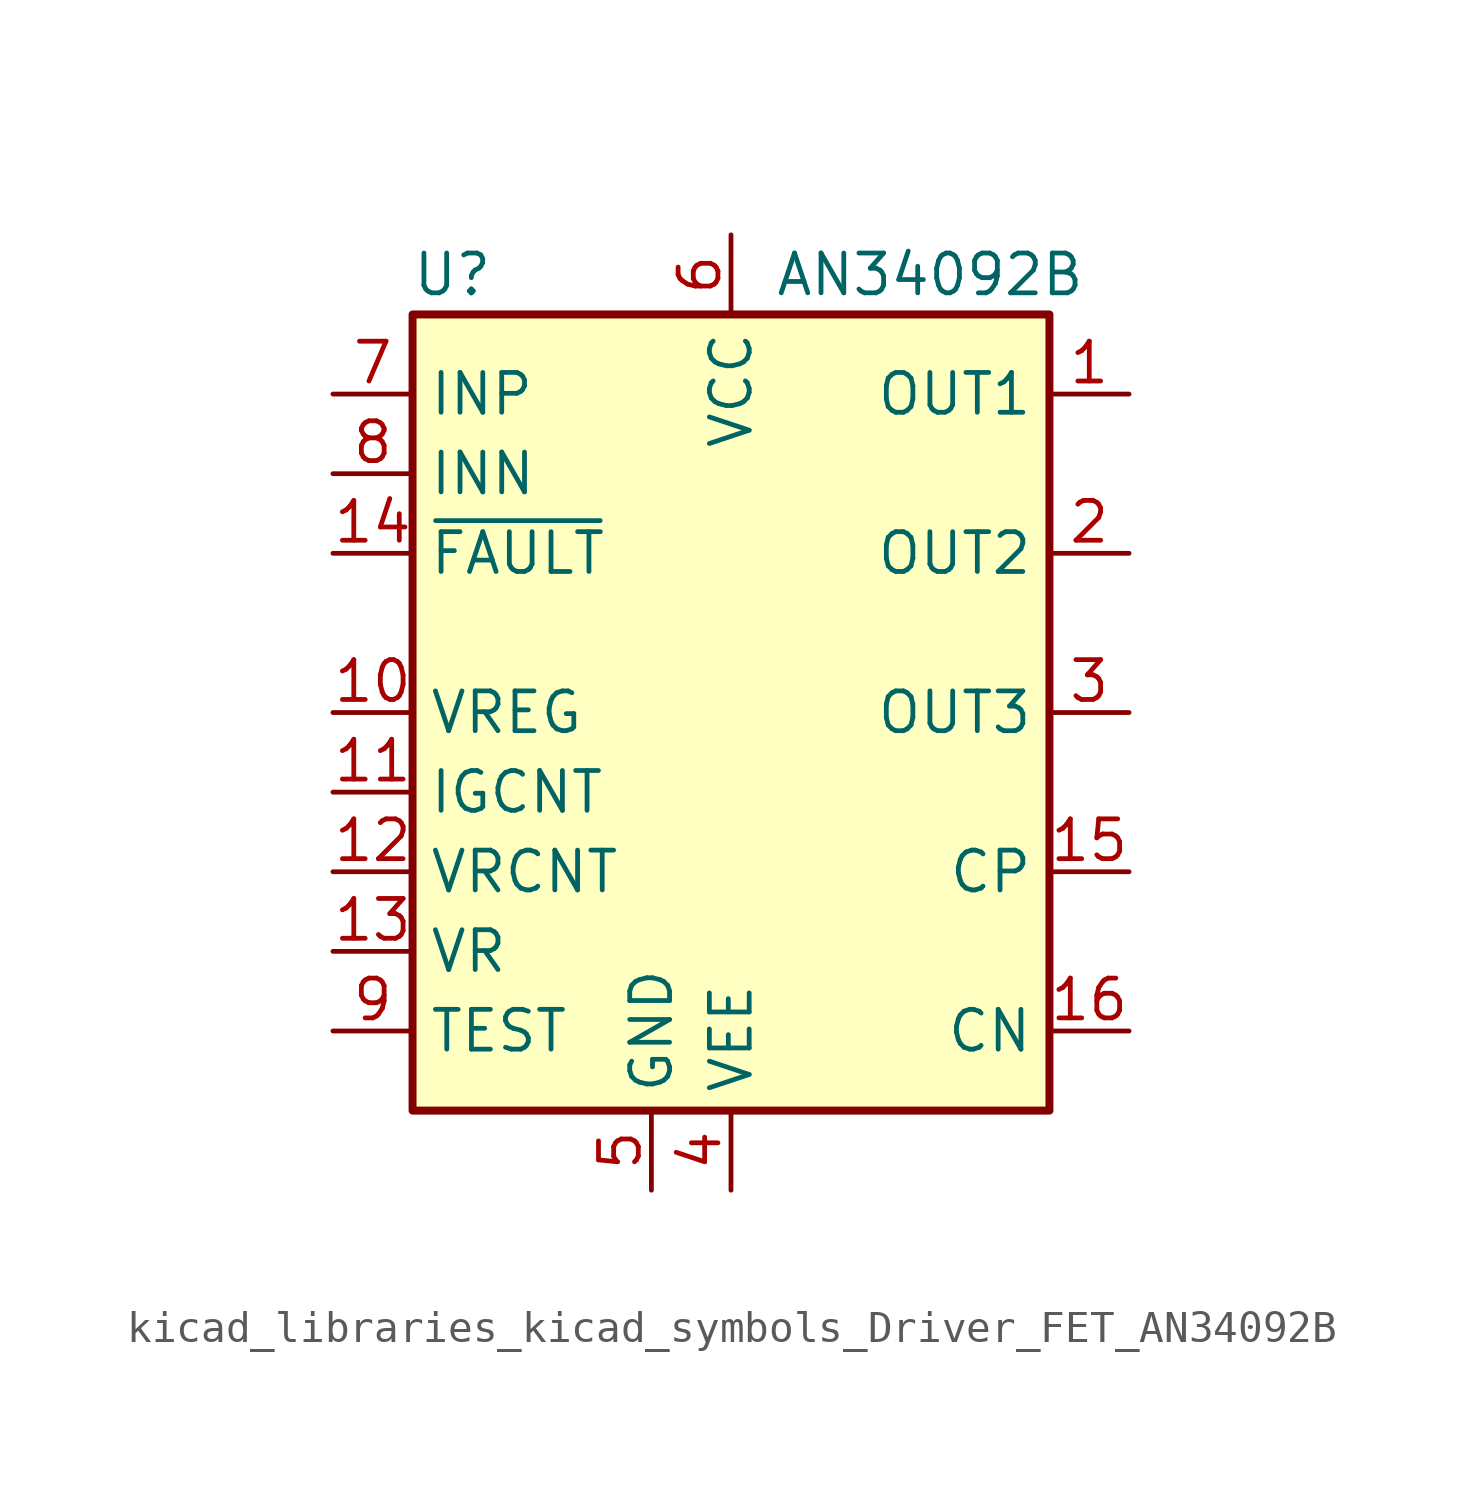
<source format=kicad_sym>
(kicad_symbol_lib
  (version 20220914)
  (generator kicad_symbol_editor)
  (symbol "kicad_libraries_kicad_symbols_Driver_FET_AN34092B"
    (property "Reference" "U"
      (at -8.89 13.97 0)
      (effects (font (size 1.27 1.27))))
    (property "Value" "AN34092B"
      (at 6.35 13.97 0)
      (effects (font (size 1.27 1.27))))
    (symbol "kicad_libraries_kicad_symbols_Driver_FET_AN34092B_0_1"
      (rectangle (start -10.16 -12.7) (end 10.16 12.7) (stroke (width 0.254) (type default)) (fill (type background))))
    (symbol "kicad_libraries_kicad_symbols_Driver_FET_AN34092B_1_1"
      (pin output line (at 12.7 10.16 180) (length 2.54) (name "OUT1" (effects (font (size 1.27 1.27)))) (number "1" (effects (font (size 1.27 1.27)))))
      (pin passive line (at -12.7 0 0) (length 2.54) (name "VREG" (effects (font (size 1.27 1.27)))) (number "10" (effects (font (size 1.27 1.27)))))
      (pin passive line (at -12.7 -2.54 0) (length 2.54) (name "IGCNT" (effects (font (size 1.27 1.27)))) (number "11" (effects (font (size 1.27 1.27)))))
      (pin passive line (at -12.7 -5.08 0) (length 2.54) (name "VRCNT" (effects (font (size 1.27 1.27)))) (number "12" (effects (font (size 1.27 1.27)))))
      (pin passive line (at -12.7 -7.62 0) (length 2.54) (name "VR" (effects (font (size 1.27 1.27)))) (number "13" (effects (font (size 1.27 1.27)))))
      (pin open_collector line (at -12.7 5.08 0) (length 2.54) (name "~{FAULT}" (effects (font (size 1.27 1.27)))) (number "14" (effects (font (size 1.27 1.27)))))
      (pin passive line (at 12.7 -5.08 180) (length 2.54) (name "CP" (effects (font (size 1.27 1.27)))) (number "15" (effects (font (size 1.27 1.27)))))
      (pin passive line (at 12.7 -10.16 180) (length 2.54) (name "CN" (effects (font (size 1.27 1.27)))) (number "16" (effects (font (size 1.27 1.27)))))
      (pin passive line (at -2.54 -15.24 90) (length 2.54) hide (name "GND" (effects (font (size 1.27 1.27)))) (number "17" (effects (font (size 1.27 1.27)))))
      (pin output line (at 12.7 5.08 180) (length 2.54) (name "OUT2" (effects (font (size 1.27 1.27)))) (number "2" (effects (font (size 1.27 1.27)))))
      (pin output line (at 12.7 0 180) (length 2.54) (name "OUT3" (effects (font (size 1.27 1.27)))) (number "3" (effects (font (size 1.27 1.27)))))
      (pin power_in line (at 0 -15.24 90) (length 2.54) (name "VEE" (effects (font (size 1.27 1.27)))) (number "4" (effects (font (size 1.27 1.27)))))
      (pin power_in line (at -2.54 -15.24 90) (length 2.54) (name "GND" (effects (font (size 1.27 1.27)))) (number "5" (effects (font (size 1.27 1.27)))))
      (pin power_in line (at 0 15.24 270) (length 2.54) (name "VCC" (effects (font (size 1.27 1.27)))) (number "6" (effects (font (size 1.27 1.27)))))
      (pin input line (at -12.7 10.16 0) (length 2.54) (name "INP" (effects (font (size 1.27 1.27)))) (number "7" (effects (font (size 1.27 1.27)))))
      (pin input line (at -12.7 7.62 0) (length 2.54) (name "INN" (effects (font (size 1.27 1.27)))) (number "8" (effects (font (size 1.27 1.27)))))
      (pin passive line (at -12.7 -10.16 0) (length 2.54) (name "TEST" (effects (font (size 1.27 1.27)))) (number "9" (effects (font (size 1.27 1.27))))))))
</source>
